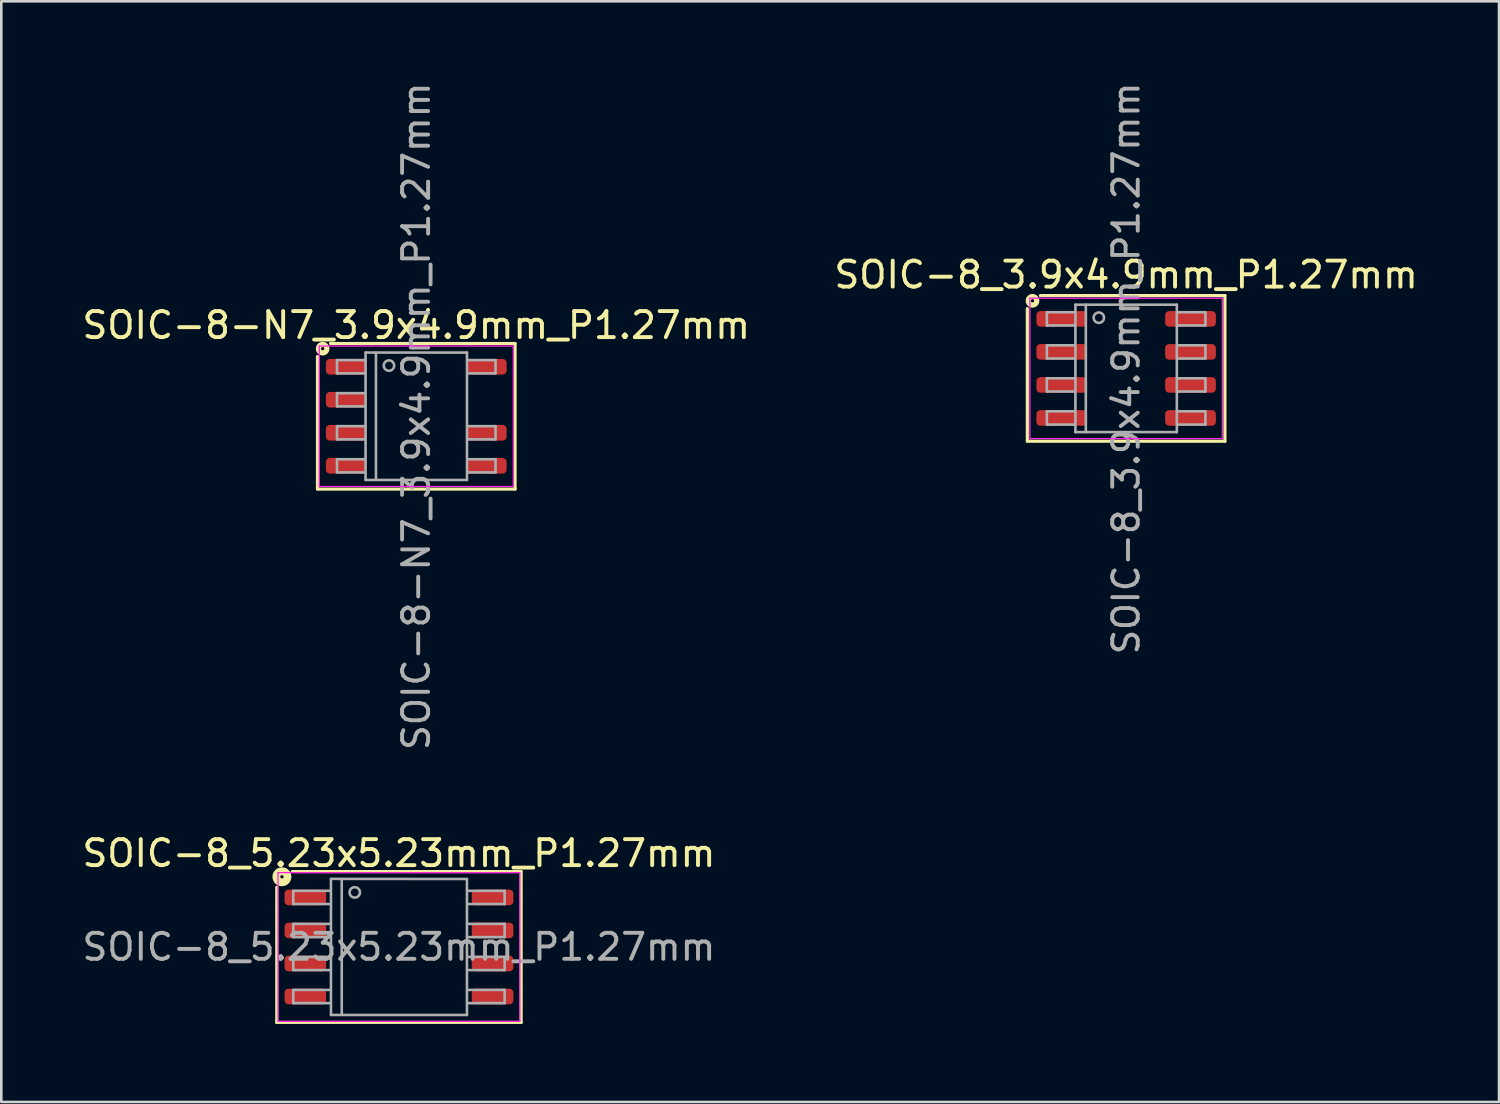
<source format=kicad_pcb>
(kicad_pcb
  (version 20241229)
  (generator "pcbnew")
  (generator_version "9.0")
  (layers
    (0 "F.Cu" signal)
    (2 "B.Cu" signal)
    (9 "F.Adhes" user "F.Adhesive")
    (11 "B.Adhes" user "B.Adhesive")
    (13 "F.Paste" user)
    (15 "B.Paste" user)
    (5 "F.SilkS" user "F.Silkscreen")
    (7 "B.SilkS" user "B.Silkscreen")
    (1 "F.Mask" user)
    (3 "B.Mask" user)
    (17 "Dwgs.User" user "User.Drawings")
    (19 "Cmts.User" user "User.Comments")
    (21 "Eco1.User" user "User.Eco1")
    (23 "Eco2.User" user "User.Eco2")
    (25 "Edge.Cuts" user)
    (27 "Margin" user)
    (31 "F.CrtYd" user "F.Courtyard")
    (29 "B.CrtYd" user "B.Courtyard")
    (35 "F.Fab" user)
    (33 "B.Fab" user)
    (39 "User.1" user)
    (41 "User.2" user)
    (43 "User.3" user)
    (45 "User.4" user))
  (footprint "SOIC-8-N7_3.9x4.9mm_P1.27mm"
    (layer "F.Cu")
    (at 12.958 12.958)
    (property "Reference" "SOIC-8-N7_3.9x4.9mm_P1.27mm" (at 0 -3.5 0) (layer "F.SilkS") (effects (font (size 1 1) (thickness 0.15))))
    (attr smd)
    (fp_line (start -3.8 -2.3) (end -3.8 2.8) (stroke (width 0.12) (type solid)) (layer "F.SilkS"))
    (fp_line (start -3.8 2.8) (end 3.8 2.8) (stroke (width 0.12) (type solid)) (layer "F.SilkS"))
    (fp_line (start 3.8 -2.8) (end -3.3 -2.8) (stroke (width 0.12) (type solid)) (layer "F.SilkS"))
    (fp_line (start 3.8 2.8) (end 3.8 -2.8) (stroke (width 0.12) (type solid)) (layer "F.SilkS"))
    (fp_circle (center -3.6 -2.6) (end -3.537 -2.6) (stroke (width 0.2) (type solid)) (fill no) (layer "F.SilkS"))
    (fp_line (start -3.73 -2.7) (end -3.73 2.7) (stroke (width 0.05) (type solid)) (layer "F.CrtYd"))
    (fp_line (start -3.73 -2.7) (end 3.73 -2.7) (stroke (width 0.05) (type solid)) (layer "F.CrtYd"))
    (fp_line (start -3.73 2.7) (end 3.73 2.7) (stroke (width 0.05) (type solid)) (layer "F.CrtYd"))
    (fp_line (start 3.73 -2.7) (end 3.73 2.7) (stroke (width 0.05) (type solid)) (layer "F.CrtYd"))
    (fp_line (start -3.048 -2.159) (end -3.048 -1.651) (stroke (width 0.1) (type solid)) (layer "F.Fab"))
    (fp_line (start -3.048 -2.159) (end -1.968 -2.159) (stroke (width 0.1) (type solid)) (layer "F.Fab"))
    (fp_line (start -3.048 -1.651) (end -1.968 -1.651) (stroke (width 0.1) (type solid)) (layer "F.Fab"))
    (fp_line (start -3.048 -0.889) (end -3.048 -0.381) (stroke (width 0.1) (type solid)) (layer "F.Fab"))
    (fp_line (start -3.048 -0.889) (end -1.968 -0.889) (stroke (width 0.1) (type solid)) (layer "F.Fab"))
    (fp_line (start -3.048 -0.381) (end -1.968 -0.381) (stroke (width 0.1) (type solid)) (layer "F.Fab"))
    (fp_line (start -3.048 0.381) (end -3.048 0.889) (stroke (width 0.1) (type solid)) (layer "F.Fab"))
    (fp_line (start -3.048 0.381) (end -1.968 0.381) (stroke (width 0.1) (type solid)) (layer "F.Fab"))
    (fp_line (start -3.048 0.889) (end -1.968 0.889) (stroke (width 0.1) (type solid)) (layer "F.Fab"))
    (fp_line (start -3.048 1.651) (end -3.048 2.159) (stroke (width 0.1) (type solid)) (layer "F.Fab"))
    (fp_line (start -3.048 1.651) (end -1.968 1.651) (stroke (width 0.1) (type solid)) (layer "F.Fab"))
    (fp_line (start -3.048 2.159) (end -1.968 2.159) (stroke (width 0.1) (type solid)) (layer "F.Fab"))
    (fp_line (start -1.95 -2.45) (end 1.95 -2.45) (stroke (width 0.1) (type solid)) (layer "F.Fab"))
    (fp_line (start -1.95 2.45) (end -1.95 -2.45) (stroke (width 0.1) (type solid)) (layer "F.Fab"))
    (fp_line (start -1.55 -2.45) (end -1.55 2.45) (stroke (width 0.1) (type solid)) (layer "F.Fab"))
    (fp_line (start 1.95 -2.45) (end 1.95 2.45) (stroke (width 0.1) (type solid)) (layer "F.Fab"))
    (fp_line (start 1.95 2.45) (end -1.95 2.45) (stroke (width 0.1) (type solid)) (layer "F.Fab"))
    (fp_line (start 3.048 -2.159) (end 1.968 -2.159) (stroke (width 0.1) (type solid)) (layer "F.Fab"))
    (fp_line (start 3.048 -1.651) (end 1.968 -1.651) (stroke (width 0.1) (type solid)) (layer "F.Fab"))
    (fp_line (start 3.048 -1.651) (end 3.048 -2.159) (stroke (width 0.1) (type solid)) (layer "F.Fab"))
    (fp_line (start 3.048 0.381) (end 1.968 0.381) (stroke (width 0.1) (type solid)) (layer "F.Fab"))
    (fp_line (start 3.048 0.889) (end 1.968 0.889) (stroke (width 0.1) (type solid)) (layer "F.Fab"))
    (fp_line (start 3.048 0.889) (end 3.048 0.381) (stroke (width 0.1) (type solid)) (layer "F.Fab"))
    (fp_line (start 3.048 1.651) (end 1.968 1.651) (stroke (width 0.1) (type solid)) (layer "F.Fab"))
    (fp_line (start 3.048 2.159) (end 1.968 2.159) (stroke (width 0.1) (type solid)) (layer "F.Fab"))
    (fp_line (start 3.048 2.159) (end 3.048 1.651) (stroke (width 0.1) (type solid)) (layer "F.Fab"))
    (fp_circle (center -1.05 -1.95) (end -0.85 -1.95) (stroke (width 0.1) (type solid)) (fill no) (layer "F.Fab"))
    (fp_text user "${REFERENCE}" (at 0 0 90) (layer "F.Fab") (effects (font (size 1 1) (thickness 0.15))))
    (pad "1" smd roundrect (at -2.7 -1.905) (size 1.55 0.6) (layers "F.Cu" "F.Mask" "F.Paste") (roundrect_rratio 0.25))
    (pad "2" smd roundrect (at -2.7 -0.635) (size 1.55 0.6) (layers "F.Cu" "F.Mask" "F.Paste") (roundrect_rratio 0.25))
    (pad "3" smd roundrect (at -2.7 0.635) (size 1.55 0.6) (layers "F.Cu" "F.Mask" "F.Paste") (roundrect_rratio 0.25))
    (pad "4" smd roundrect (at -2.7 1.905) (size 1.55 0.6) (layers "F.Cu" "F.Mask" "F.Paste") (roundrect_rratio 0.25))
    (pad "5" smd roundrect (at 2.7 1.905) (size 1.55 0.6) (layers "F.Cu" "F.Mask" "F.Paste") (roundrect_rratio 0.25))
    (pad "6" smd roundrect (at 2.7 0.635) (size 1.55 0.6) (layers "F.Cu" "F.Mask" "F.Paste") (roundrect_rratio 0.25))
    (pad "8" smd roundrect (at 2.7 -1.905) (size 1.55 0.6) (layers "F.Cu" "F.Mask" "F.Paste") (roundrect_rratio 0.25)))
  (footprint "SOIC-8_5.23x5.23mm_P1.27mm"
    (layer "F.Cu")
    (at 12.292 33.367)
    (property "Reference" "SOIC-8_5.23x5.23mm_P1.27mm" (at 0 -3.603 0) (layer "F.SilkS") (effects (font (size 1 1) (thickness 0.15))))
    (attr smd)
    (fp_line (start -4.699 -2.3) (end -4.699 2.9) (stroke (width 0.12) (type solid)) (layer "F.SilkS"))
    (fp_line (start -4.699 2.9) (end 4.699 2.9) (stroke (width 0.12) (type solid)) (layer "F.SilkS"))
    (fp_line (start 4.699 -2.9) (end -4.1 -2.9) (stroke (width 0.12) (type solid)) (layer "F.SilkS"))
    (fp_line (start 4.699 2.9) (end 4.699 -2.9) (stroke (width 0.12) (type solid)) (layer "F.SilkS"))
    (fp_circle (center -4.5 -2.7) (end -4.436 -2.7) (stroke (width 0.3) (type solid)) (fill no) (layer "F.SilkS"))
    (fp_line (start -4.65 -2.86) (end -4.65 2.86) (stroke (width 0.05) (type solid)) (layer "F.CrtYd"))
    (fp_line (start -4.65 2.86) (end 4.65 2.86) (stroke (width 0.05) (type solid)) (layer "F.CrtYd"))
    (fp_line (start 4.65 -2.86) (end -4.65 -2.86) (stroke (width 0.05) (type solid)) (layer "F.CrtYd"))
    (fp_line (start 4.65 2.86) (end 4.65 -2.86) (stroke (width 0.05) (type solid)) (layer "F.CrtYd"))
    (fp_line (start -4.064 -2.159) (end -4.064 -1.651) (stroke (width 0.1) (type solid)) (layer "F.Fab"))
    (fp_line (start -4.064 -2.159) (end -2.667 -2.159) (stroke (width 0.1) (type solid)) (layer "F.Fab"))
    (fp_line (start -4.064 -1.651) (end -2.667 -1.651) (stroke (width 0.1) (type solid)) (layer "F.Fab"))
    (fp_line (start -4.064 -0.889) (end -4.064 -0.381) (stroke (width 0.1) (type solid)) (layer "F.Fab"))
    (fp_line (start -4.064 -0.889) (end -2.667 -0.889) (stroke (width 0.1) (type solid)) (layer "F.Fab"))
    (fp_line (start -4.064 -0.381) (end -2.667 -0.381) (stroke (width 0.1) (type solid)) (layer "F.Fab"))
    (fp_line (start -4.064 0.381) (end -4.064 0.889) (stroke (width 0.1) (type solid)) (layer "F.Fab"))
    (fp_line (start -4.064 0.381) (end -2.667 0.381) (stroke (width 0.1) (type solid)) (layer "F.Fab"))
    (fp_line (start -4.064 0.889) (end -2.667 0.889) (stroke (width 0.1) (type solid)) (layer "F.Fab"))
    (fp_line (start -4.064 1.651) (end -4.064 2.159) (stroke (width 0.1) (type solid)) (layer "F.Fab"))
    (fp_line (start -4.064 1.651) (end -2.667 1.651) (stroke (width 0.1) (type solid)) (layer "F.Fab"))
    (fp_line (start -4.064 2.159) (end -2.667 2.159) (stroke (width 0.1) (type solid)) (layer "F.Fab"))
    (fp_line (start -2.615 2.615) (end -2.615 -2.61) (stroke (width 0.1) (type solid)) (layer "F.Fab"))
    (fp_line (start -2.61 -2.62) (end 2.615 -2.615) (stroke (width 0.1) (type solid)) (layer "F.Fab"))
    (fp_line (start -2.2 -2.6) (end -2.2 2.6) (stroke (width 0.1) (type solid)) (layer "F.Fab"))
    (fp_line (start 2.615 -2.615) (end 2.615 2.615) (stroke (width 0.1) (type solid)) (layer "F.Fab"))
    (fp_line (start 2.615 2.615) (end -2.615 2.615) (stroke (width 0.1) (type solid)) (layer "F.Fab"))
    (fp_line (start 4.064 -2.159) (end 2.667 -2.159) (stroke (width 0.1) (type solid)) (layer "F.Fab"))
    (fp_line (start 4.064 -1.651) (end 2.667 -1.651) (stroke (width 0.1) (type solid)) (layer "F.Fab"))
    (fp_line (start 4.064 -1.651) (end 4.064 -2.159) (stroke (width 0.1) (type solid)) (layer "F.Fab"))
    (fp_line (start 4.064 -0.889) (end 2.667 -0.889) (stroke (width 0.1) (type solid)) (layer "F.Fab"))
    (fp_line (start 4.064 -0.381) (end 2.667 -0.381) (stroke (width 0.1) (type solid)) (layer "F.Fab"))
    (fp_line (start 4.064 -0.381) (end 4.064 -0.889) (stroke (width 0.1) (type solid)) (layer "F.Fab"))
    (fp_line (start 4.064 0.381) (end 2.667 0.381) (stroke (width 0.1) (type solid)) (layer "F.Fab"))
    (fp_line (start 4.064 0.889) (end 2.667 0.889) (stroke (width 0.1) (type solid)) (layer "F.Fab"))
    (fp_line (start 4.064 0.889) (end 4.064 0.381) (stroke (width 0.1) (type solid)) (layer "F.Fab"))
    (fp_line (start 4.064 1.651) (end 2.667 1.651) (stroke (width 0.1) (type solid)) (layer "F.Fab"))
    (fp_line (start 4.064 2.159) (end 2.667 2.159) (stroke (width 0.1) (type solid)) (layer "F.Fab"))
    (fp_line (start 4.064 2.159) (end 4.064 1.651) (stroke (width 0.1) (type solid)) (layer "F.Fab"))
    (fp_circle (center -1.7 -2.1) (end -1.5 -2.1) (stroke (width 0.1) (type solid)) (fill no) (layer "F.Fab"))
    (fp_text user "${REFERENCE}" (at 0 0 0) (layer "F.Fab") (effects (font (size 1 1) (thickness 0.15))))
    (pad "1" smd roundrect (at -3.6 -1.905) (size 1.6 0.6) (layers "F.Cu" "F.Mask" "F.Paste") (roundrect_rratio 0.25))
    (pad "2" smd roundrect (at -3.6 -0.635) (size 1.6 0.6) (layers "F.Cu" "F.Mask" "F.Paste") (roundrect_rratio 0.25))
    (pad "3" smd roundrect (at -3.6 0.635) (size 1.6 0.6) (layers "F.Cu" "F.Mask" "F.Paste") (roundrect_rratio 0.25))
    (pad "4" smd roundrect (at -3.6 1.905) (size 1.6 0.6) (layers "F.Cu" "F.Mask" "F.Paste") (roundrect_rratio 0.25))
    (pad "5" smd roundrect (at 3.6 1.905) (size 1.6 0.6) (layers "F.Cu" "F.Mask" "F.Paste") (roundrect_rratio 0.25))
    (pad "6" smd roundrect (at 3.6 0.635) (size 1.6 0.6) (layers "F.Cu" "F.Mask" "F.Paste") (roundrect_rratio 0.25))
    (pad "7" smd roundrect (at 3.6 -0.635) (size 1.6 0.6) (layers "F.Cu" "F.Mask" "F.Paste") (roundrect_rratio 0.25))
    (pad "8" smd roundrect (at 3.6 -1.905) (size 1.6 0.6) (layers "F.Cu" "F.Mask" "F.Paste") (roundrect_rratio 0.25)))
  (footprint "SOIC-8_3.9x4.9mm_P1.27mm"
    (layer "F.Cu")
    (at 40.256 11.117)
    (property "Reference" "SOIC-8_3.9x4.9mm_P1.27mm" (at 0 -3.6 0) (layer "F.SilkS") (effects (font (size 1 1) (thickness 0.15))))
    (attr smd)
    (fp_line (start -3.8 -2.3) (end -3.8 2.8) (stroke (width 0.12) (type solid)) (layer "F.SilkS"))
    (fp_line (start -3.8 2.8) (end 3.8 2.8) (stroke (width 0.12) (type solid)) (layer "F.SilkS"))
    (fp_line (start 3.8 -2.8) (end -3.3 -2.8) (stroke (width 0.12) (type solid)) (layer "F.SilkS"))
    (fp_line (start 3.8 2.8) (end 3.8 -2.8) (stroke (width 0.12) (type solid)) (layer "F.SilkS"))
    (fp_circle (center -3.6 -2.6) (end -3.537 -2.6) (stroke (width 0.2) (type solid)) (fill no) (layer "F.SilkS"))
    (fp_line (start -3.7 -2.7) (end -3.7 2.7) (stroke (width 0.05) (type solid)) (layer "F.CrtYd"))
    (fp_line (start -3.7 2.7) (end 3.7 2.7) (stroke (width 0.05) (type solid)) (layer "F.CrtYd"))
    (fp_line (start 3.7 -2.7) (end -3.7 -2.7) (stroke (width 0.05) (type solid)) (layer "F.CrtYd"))
    (fp_line (start 3.7 2.7) (end 3.7 -2.7) (stroke (width 0.05) (type solid)) (layer "F.CrtYd"))
    (fp_line (start -3.048 -2.159) (end -3.048 -1.651) (stroke (width 0.1) (type solid)) (layer "F.Fab"))
    (fp_line (start -3.048 -2.159) (end -1.968 -2.159) (stroke (width 0.1) (type solid)) (layer "F.Fab"))
    (fp_line (start -3.048 -1.651) (end -1.968 -1.651) (stroke (width 0.1) (type solid)) (layer "F.Fab"))
    (fp_line (start -3.048 -0.889) (end -3.048 -0.381) (stroke (width 0.1) (type solid)) (layer "F.Fab"))
    (fp_line (start -3.048 -0.889) (end -1.968 -0.889) (stroke (width 0.1) (type solid)) (layer "F.Fab"))
    (fp_line (start -3.048 -0.381) (end -1.968 -0.381) (stroke (width 0.1) (type solid)) (layer "F.Fab"))
    (fp_line (start -3.048 0.381) (end -3.048 0.889) (stroke (width 0.1) (type solid)) (layer "F.Fab"))
    (fp_line (start -3.048 0.381) (end -1.968 0.381) (stroke (width 0.1) (type solid)) (layer "F.Fab"))
    (fp_line (start -3.048 0.889) (end -1.968 0.889) (stroke (width 0.1) (type solid)) (layer "F.Fab"))
    (fp_line (start -3.048 1.651) (end -3.048 2.159) (stroke (width 0.1) (type solid)) (layer "F.Fab"))
    (fp_line (start -3.048 1.651) (end -1.968 1.651) (stroke (width 0.1) (type solid)) (layer "F.Fab"))
    (fp_line (start -3.048 2.159) (end -1.968 2.159) (stroke (width 0.1) (type solid)) (layer "F.Fab"))
    (fp_line (start -1.95 -2.45) (end 1.95 -2.45) (stroke (width 0.1) (type solid)) (layer "F.Fab"))
    (fp_line (start -1.95 2.45) (end -1.95 -2.45) (stroke (width 0.1) (type solid)) (layer "F.Fab"))
    (fp_line (start -1.55 -2.45) (end -1.55 2.45) (stroke (width 0.1) (type solid)) (layer "F.Fab"))
    (fp_line (start 1.95 -2.45) (end 1.95 2.45) (stroke (width 0.1) (type solid)) (layer "F.Fab"))
    (fp_line (start 1.95 2.45) (end -1.95 2.45) (stroke (width 0.1) (type solid)) (layer "F.Fab"))
    (fp_line (start 3.048 -2.159) (end 1.968 -2.159) (stroke (width 0.1) (type solid)) (layer "F.Fab"))
    (fp_line (start 3.048 -1.651) (end 1.968 -1.651) (stroke (width 0.1) (type solid)) (layer "F.Fab"))
    (fp_line (start 3.048 -1.651) (end 3.048 -2.159) (stroke (width 0.1) (type solid)) (layer "F.Fab"))
    (fp_line (start 3.048 -0.889) (end 1.968 -0.889) (stroke (width 0.1) (type solid)) (layer "F.Fab"))
    (fp_line (start 3.048 -0.381) (end 1.968 -0.381) (stroke (width 0.1) (type solid)) (layer "F.Fab"))
    (fp_line (start 3.048 -0.381) (end 3.048 -0.889) (stroke (width 0.1) (type solid)) (layer "F.Fab"))
    (fp_line (start 3.048 0.381) (end 1.968 0.381) (stroke (width 0.1) (type solid)) (layer "F.Fab"))
    (fp_line (start 3.048 0.889) (end 1.968 0.889) (stroke (width 0.1) (type solid)) (layer "F.Fab"))
    (fp_line (start 3.048 0.889) (end 3.048 0.381) (stroke (width 0.1) (type solid)) (layer "F.Fab"))
    (fp_line (start 3.048 1.651) (end 1.968 1.651) (stroke (width 0.1) (type solid)) (layer "F.Fab"))
    (fp_line (start 3.048 2.159) (end 1.968 2.159) (stroke (width 0.1) (type solid)) (layer "F.Fab"))
    (fp_line (start 3.048 2.159) (end 3.048 1.651) (stroke (width 0.1) (type solid)) (layer "F.Fab"))
    (fp_circle (center -1.05 -1.95) (end -0.85 -1.95) (stroke (width 0.1) (type solid)) (fill no) (layer "F.Fab"))
    (fp_text user "${REFERENCE}" (at 0 0 90) (layer "F.Fab") (effects (font (size 0.98 0.98) (thickness 0.15))))
    (pad "1" smd roundrect (at -2.475 -1.905) (size 1.95 0.6) (layers "F.Cu" "F.Mask" "F.Paste") (roundrect_rratio 0.25))
    (pad "2" smd roundrect (at -2.475 -0.635) (size 1.95 0.6) (layers "F.Cu" "F.Mask" "F.Paste") (roundrect_rratio 0.25))
    (pad "3" smd roundrect (at -2.475 0.635) (size 1.95 0.6) (layers "F.Cu" "F.Mask" "F.Paste") (roundrect_rratio 0.25))
    (pad "4" smd roundrect (at -2.475 1.905) (size 1.95 0.6) (layers "F.Cu" "F.Mask" "F.Paste") (roundrect_rratio 0.25))
    (pad "5" smd roundrect (at 2.475 1.905) (size 1.95 0.6) (layers "F.Cu" "F.Mask" "F.Paste") (roundrect_rratio 0.25))
    (pad "6" smd roundrect (at 2.475 0.635) (size 1.95 0.6) (layers "F.Cu" "F.Mask" "F.Paste") (roundrect_rratio 0.25))
    (pad "7" smd roundrect (at 2.475 -0.635) (size 1.95 0.6) (layers "F.Cu" "F.Mask" "F.Paste") (roundrect_rratio 0.25))
    (pad "8" smd roundrect (at 2.475 -1.905) (size 1.95 0.6) (layers "F.Cu" "F.Mask" "F.Paste") (roundrect_rratio 0.25)))
  (gr_rect
    (start -3 -3)
    (end 54.595 39.327)
    (stroke (width 0.1) (type default))
    (fill no)
    (layer "Edge.Cuts")))
</source>
